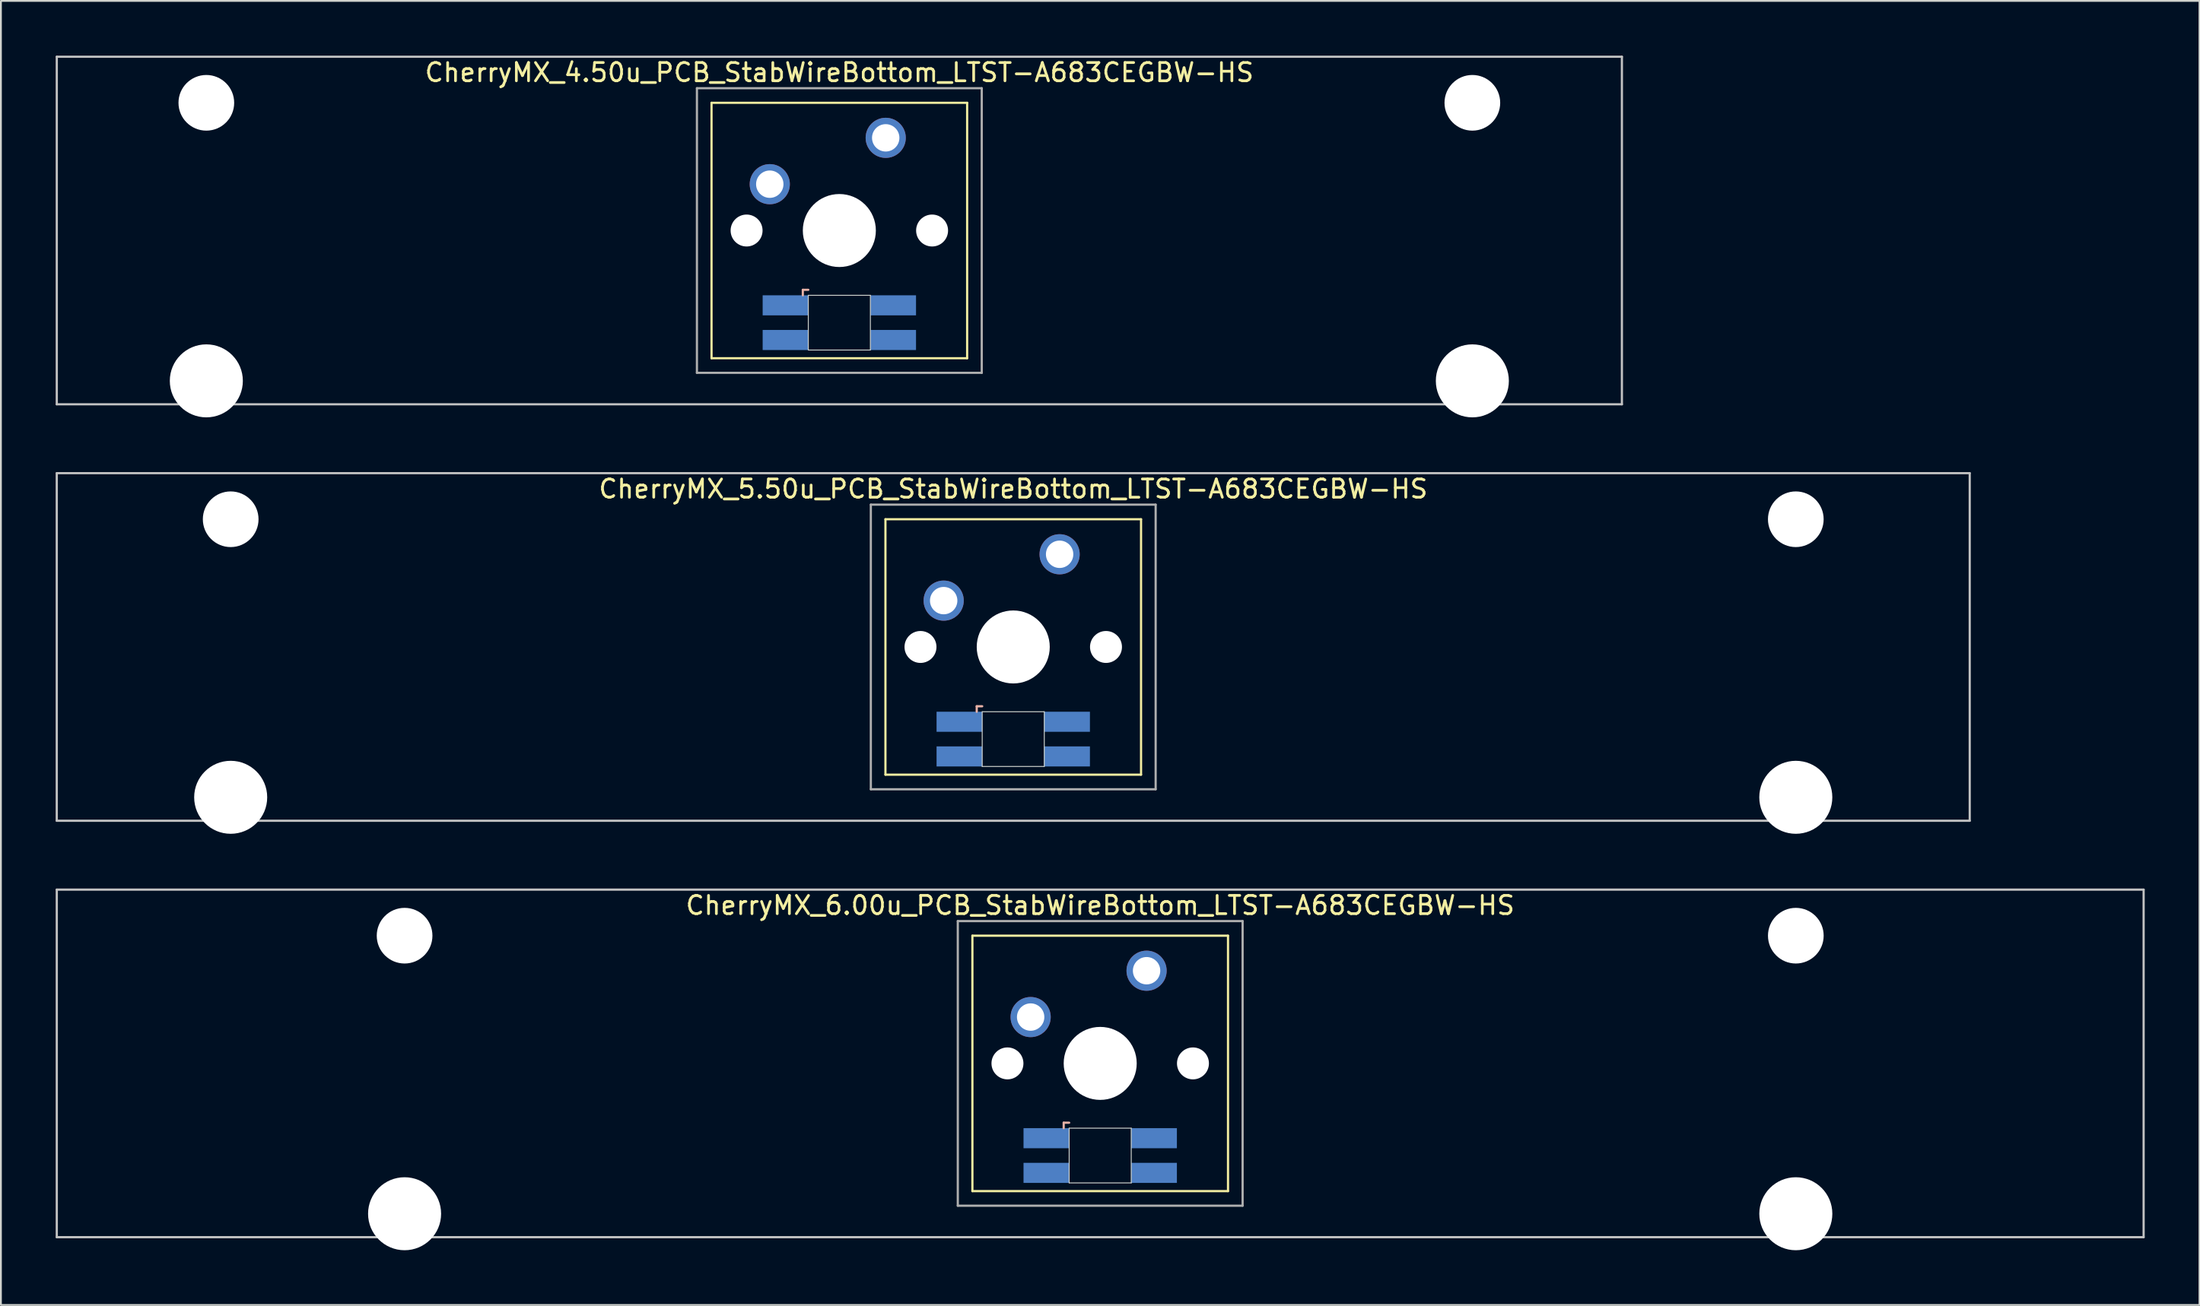
<source format=kicad_pcb>
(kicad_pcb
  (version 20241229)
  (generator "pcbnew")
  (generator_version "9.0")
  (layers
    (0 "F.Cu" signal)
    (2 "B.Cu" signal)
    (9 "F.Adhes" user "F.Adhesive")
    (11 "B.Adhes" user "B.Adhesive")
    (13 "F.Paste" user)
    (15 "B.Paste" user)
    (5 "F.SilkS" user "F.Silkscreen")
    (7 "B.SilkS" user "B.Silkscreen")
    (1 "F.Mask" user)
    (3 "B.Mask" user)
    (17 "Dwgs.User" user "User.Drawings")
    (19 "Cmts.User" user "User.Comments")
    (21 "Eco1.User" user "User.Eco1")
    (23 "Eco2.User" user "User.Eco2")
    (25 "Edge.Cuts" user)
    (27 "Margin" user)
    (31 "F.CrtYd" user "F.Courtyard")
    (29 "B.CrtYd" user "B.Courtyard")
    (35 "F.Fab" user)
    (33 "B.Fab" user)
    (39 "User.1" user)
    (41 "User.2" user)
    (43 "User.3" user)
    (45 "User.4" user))
  (footprint "CherryMX_4.50u_PCB_StabWireBottom_LTST-A683CEGBW-HS"
    (layer "F.Cu")
    (at 42.922 9.585)
    (property "Reference" "CherryMX_4.50u_PCB_StabWireBottom_LTST-A683CEGBW-HS" (at 0 -8.662 0) (layer "F.SilkS") (effects (font (size 1 1) (thickness 0.15))))
    (attr through_hole)
    (fp_line (start -7 -7) (end -7 7) (stroke (width 0.12) (type solid)) (layer "F.SilkS"))
    (fp_line (start -7 -7) (end 7 -7) (stroke (width 0.12) (type solid)) (layer "F.SilkS"))
    (fp_line (start 7 -7) (end 7 7) (stroke (width 0.12) (type solid)) (layer "F.SilkS"))
    (fp_line (start 7 7) (end -7 7) (stroke (width 0.12) (type solid)) (layer "F.SilkS"))
    (fp_line (start -2 3.25) (end -2 3.55) (stroke (width 0.12) (type solid)) (layer "B.SilkS"))
    (fp_line (start -1.7 3.25) (end -2 3.25) (stroke (width 0.12) (type solid)) (layer "B.SilkS"))
    (fp_line (start -42.862 -9.525) (end 42.862 -9.525) (stroke (width 0.12) (type solid)) (layer "Dwgs.User"))
    (fp_line (start -42.862 9.525) (end -42.862 -9.525) (stroke (width 0.12) (type solid)) (layer "Dwgs.User"))
    (fp_line (start 42.862 -9.525) (end 42.862 9.525) (stroke (width 0.12) (type solid)) (layer "Dwgs.User"))
    (fp_line (start 42.862 9.525) (end -42.862 9.525) (stroke (width 0.12) (type solid)) (layer "Dwgs.User"))
    (fp_line (start -1.7 3.55) (end 1.7 3.55) (stroke (width 0.05) (type solid)) (layer "Edge.Cuts"))
    (fp_line (start -1.7 6.55) (end -1.7 3.55) (stroke (width 0.05) (type solid)) (layer "Edge.Cuts"))
    (fp_line (start 1.7 3.55) (end 1.7 6.55) (stroke (width 0.05) (type solid)) (layer "Edge.Cuts"))
    (fp_line (start 1.7 6.55) (end -1.7 6.55) (stroke (width 0.05) (type solid)) (layer "Edge.Cuts"))
    (fp_line (start -7.8 -7.8) (end -7.8 7.8) (stroke (width 0.12) (type solid)) (layer "F.Fab"))
    (fp_line (start -7.8 -7.8) (end 7.8 -7.8) (stroke (width 0.12) (type solid)) (layer "F.Fab"))
    (fp_line (start -7.8 7.8) (end 7.8 7.8) (stroke (width 0.12) (type solid)) (layer "F.Fab"))
    (fp_line (start 7.8 -7.8) (end 7.8 7.8) (stroke (width 0.12) (type solid)) (layer "F.Fab"))
    (pad "" np_thru_hole circle (at -34.671 -7) (size 3.05 3.05) (drill 3.05) (layers "*.Cu" "*.Mask"))
    (pad "" np_thru_hole circle (at -34.671 8.24) (size 4 4) (drill 4) (layers "*.Cu" "*.Mask"))
    (pad "" np_thru_hole circle (at -5.08 0) (size 1.75 1.75) (drill 1.75) (layers "*.Cu" "*.Mask"))
    (pad "" np_thru_hole circle (at 0 0) (size 4 4) (drill 4) (layers "*.Cu" "*.Mask"))
    (pad "" np_thru_hole circle (at 5.08 0) (size 1.75 1.75) (drill 1.75) (layers "*.Cu" "*.Mask"))
    (pad "" np_thru_hole circle (at 34.671 -7) (size 3.05 3.05) (drill 3.05) (layers "*.Cu" "*.Mask"))
    (pad "" np_thru_hole circle (at 34.671 8.24) (size 4 4) (drill 4) (layers "*.Cu" "*.Mask"))
    (pad "1" thru_hole circle (at -3.81 -2.54) (size 2.2 2.2) (drill 1.5) (layers "*.Cu" "*.Mask"))
    (pad "2" thru_hole circle (at 2.54 -5.08) (size 2.2 2.2) (drill 1.5) (layers "*.Cu" "*.Mask"))
    (pad "3" smd rect (at -2.95 4.1) (size 2.5 1.1) (layers "B.Cu" "B.Mask" "B.Paste"))
    (pad "4" smd rect (at -2.95 6) (size 2.5 1.1) (layers "B.Cu" "B.Mask" "B.Paste"))
    (pad "5" smd rect (at 2.95 4.1) (size 2.5 1.1) (layers "B.Cu" "B.Mask" "B.Paste"))
    (pad "6" smd rect (at 2.95 6) (size 2.5 1.1) (layers "B.Cu" "B.Mask" "B.Paste")))
  (footprint "CherryMX_6.00u_PCB_StabWireBottom_LTST-A683CEGBW-HS"
    (layer "F.Cu")
    (at 57.21 55.235)
    (property "Reference" "CherryMX_6.00u_PCB_StabWireBottom_LTST-A683CEGBW-HS" (at 0 -8.662 0) (layer "F.SilkS") (effects (font (size 1 1) (thickness 0.15))))
    (attr through_hole)
    (fp_line (start -7 -7) (end -7 7) (stroke (width 0.12) (type solid)) (layer "F.SilkS"))
    (fp_line (start -7 -7) (end 7 -7) (stroke (width 0.12) (type solid)) (layer "F.SilkS"))
    (fp_line (start 7 -7) (end 7 7) (stroke (width 0.12) (type solid)) (layer "F.SilkS"))
    (fp_line (start 7 7) (end -7 7) (stroke (width 0.12) (type solid)) (layer "F.SilkS"))
    (fp_line (start -2 3.25) (end -2 3.55) (stroke (width 0.12) (type solid)) (layer "B.SilkS"))
    (fp_line (start -1.7 3.25) (end -2 3.25) (stroke (width 0.12) (type solid)) (layer "B.SilkS"))
    (fp_line (start -57.15 -9.525) (end 57.15 -9.525) (stroke (width 0.12) (type solid)) (layer "Dwgs.User"))
    (fp_line (start -57.15 9.525) (end -57.15 -9.525) (stroke (width 0.12) (type solid)) (layer "Dwgs.User"))
    (fp_line (start 57.15 -9.525) (end 57.15 9.525) (stroke (width 0.12) (type solid)) (layer "Dwgs.User"))
    (fp_line (start 57.15 9.525) (end -57.15 9.525) (stroke (width 0.12) (type solid)) (layer "Dwgs.User"))
    (fp_line (start -1.7 3.55) (end 1.7 3.55) (stroke (width 0.05) (type solid)) (layer "Edge.Cuts"))
    (fp_line (start -1.7 6.55) (end -1.7 3.55) (stroke (width 0.05) (type solid)) (layer "Edge.Cuts"))
    (fp_line (start 1.7 3.55) (end 1.7 6.55) (stroke (width 0.05) (type solid)) (layer "Edge.Cuts"))
    (fp_line (start 1.7 6.55) (end -1.7 6.55) (stroke (width 0.05) (type solid)) (layer "Edge.Cuts"))
    (fp_line (start -7.8 -7.8) (end -7.8 7.8) (stroke (width 0.12) (type solid)) (layer "F.Fab"))
    (fp_line (start -7.8 -7.8) (end 7.8 -7.8) (stroke (width 0.12) (type solid)) (layer "F.Fab"))
    (fp_line (start -7.8 7.8) (end 7.8 7.8) (stroke (width 0.12) (type solid)) (layer "F.Fab"))
    (fp_line (start 7.8 -7.8) (end 7.8 7.8) (stroke (width 0.12) (type solid)) (layer "F.Fab"))
    (pad "" np_thru_hole circle (at -38.1 -7) (size 3.05 3.05) (drill 3.05) (layers "*.Cu" "*.Mask"))
    (pad "" np_thru_hole circle (at -38.1 8.24) (size 4 4) (drill 4) (layers "*.Cu" "*.Mask"))
    (pad "" np_thru_hole circle (at -5.08 0) (size 1.75 1.75) (drill 1.75) (layers "*.Cu" "*.Mask"))
    (pad "" np_thru_hole circle (at 0 0) (size 4 4) (drill 4) (layers "*.Cu" "*.Mask"))
    (pad "" np_thru_hole circle (at 5.08 0) (size 1.75 1.75) (drill 1.75) (layers "*.Cu" "*.Mask"))
    (pad "" np_thru_hole circle (at 38.1 -7) (size 3.05 3.05) (drill 3.05) (layers "*.Cu" "*.Mask"))
    (pad "" np_thru_hole circle (at 38.1 8.24) (size 4 4) (drill 4) (layers "*.Cu" "*.Mask"))
    (pad "1" thru_hole circle (at -3.81 -2.54) (size 2.2 2.2) (drill 1.5) (layers "*.Cu" "*.Mask"))
    (pad "2" thru_hole circle (at 2.54 -5.08) (size 2.2 2.2) (drill 1.5) (layers "*.Cu" "*.Mask"))
    (pad "3" smd rect (at -2.95 4.1) (size 2.5 1.1) (layers "B.Cu" "B.Mask" "B.Paste"))
    (pad "4" smd rect (at -2.95 6) (size 2.5 1.1) (layers "B.Cu" "B.Mask" "B.Paste"))
    (pad "5" smd rect (at 2.95 4.1) (size 2.5 1.1) (layers "B.Cu" "B.Mask" "B.Paste"))
    (pad "6" smd rect (at 2.95 6) (size 2.5 1.1) (layers "B.Cu" "B.Mask" "B.Paste")))
  (footprint "CherryMX_5.50u_PCB_StabWireBottom_LTST-A683CEGBW-HS"
    (layer "F.Cu")
    (at 52.447 32.41)
    (property "Reference" "CherryMX_5.50u_PCB_StabWireBottom_LTST-A683CEGBW-HS" (at 0 -8.662 0) (layer "F.SilkS") (effects (font (size 1 1) (thickness 0.15))))
    (attr through_hole)
    (fp_line (start -7 -7) (end -7 7) (stroke (width 0.12) (type solid)) (layer "F.SilkS"))
    (fp_line (start -7 -7) (end 7 -7) (stroke (width 0.12) (type solid)) (layer "F.SilkS"))
    (fp_line (start 7 -7) (end 7 7) (stroke (width 0.12) (type solid)) (layer "F.SilkS"))
    (fp_line (start 7 7) (end -7 7) (stroke (width 0.12) (type solid)) (layer "F.SilkS"))
    (fp_line (start -2 3.25) (end -2 3.55) (stroke (width 0.12) (type solid)) (layer "B.SilkS"))
    (fp_line (start -1.7 3.25) (end -2 3.25) (stroke (width 0.12) (type solid)) (layer "B.SilkS"))
    (fp_line (start -52.388 -9.525) (end 52.388 -9.525) (stroke (width 0.12) (type solid)) (layer "Dwgs.User"))
    (fp_line (start -52.388 9.525) (end -52.388 -9.525) (stroke (width 0.12) (type solid)) (layer "Dwgs.User"))
    (fp_line (start 52.388 -9.525) (end 52.388 9.525) (stroke (width 0.12) (type solid)) (layer "Dwgs.User"))
    (fp_line (start 52.388 9.525) (end -52.388 9.525) (stroke (width 0.12) (type solid)) (layer "Dwgs.User"))
    (fp_line (start -1.7 3.55) (end 1.7 3.55) (stroke (width 0.05) (type solid)) (layer "Edge.Cuts"))
    (fp_line (start -1.7 6.55) (end -1.7 3.55) (stroke (width 0.05) (type solid)) (layer "Edge.Cuts"))
    (fp_line (start 1.7 3.55) (end 1.7 6.55) (stroke (width 0.05) (type solid)) (layer "Edge.Cuts"))
    (fp_line (start 1.7 6.55) (end -1.7 6.55) (stroke (width 0.05) (type solid)) (layer "Edge.Cuts"))
    (fp_line (start -7.8 -7.8) (end -7.8 7.8) (stroke (width 0.12) (type solid)) (layer "F.Fab"))
    (fp_line (start -7.8 -7.8) (end 7.8 -7.8) (stroke (width 0.12) (type solid)) (layer "F.Fab"))
    (fp_line (start -7.8 7.8) (end 7.8 7.8) (stroke (width 0.12) (type solid)) (layer "F.Fab"))
    (fp_line (start 7.8 -7.8) (end 7.8 7.8) (stroke (width 0.12) (type solid)) (layer "F.Fab"))
    (pad "" np_thru_hole circle (at -42.862 -7) (size 3.05 3.05) (drill 3.05) (layers "*.Cu" "*.Mask"))
    (pad "" np_thru_hole circle (at -42.862 8.24) (size 4 4) (drill 4) (layers "*.Cu" "*.Mask"))
    (pad "" np_thru_hole circle (at -5.08 0) (size 1.75 1.75) (drill 1.75) (layers "*.Cu" "*.Mask"))
    (pad "" np_thru_hole circle (at 0 0) (size 4 4) (drill 4) (layers "*.Cu" "*.Mask"))
    (pad "" np_thru_hole circle (at 5.08 0) (size 1.75 1.75) (drill 1.75) (layers "*.Cu" "*.Mask"))
    (pad "" np_thru_hole circle (at 42.862 -7) (size 3.05 3.05) (drill 3.05) (layers "*.Cu" "*.Mask"))
    (pad "" np_thru_hole circle (at 42.862 8.24) (size 4 4) (drill 4) (layers "*.Cu" "*.Mask"))
    (pad "1" thru_hole circle (at -3.81 -2.54) (size 2.2 2.2) (drill 1.5) (layers "*.Cu" "*.Mask"))
    (pad "2" thru_hole circle (at 2.54 -5.08) (size 2.2 2.2) (drill 1.5) (layers "*.Cu" "*.Mask"))
    (pad "3" smd rect (at -2.95 4.1) (size 2.5 1.1) (layers "B.Cu" "B.Mask" "B.Paste"))
    (pad "4" smd rect (at -2.95 6) (size 2.5 1.1) (layers "B.Cu" "B.Mask" "B.Paste"))
    (pad "5" smd rect (at 2.95 4.1) (size 2.5 1.1) (layers "B.Cu" "B.Mask" "B.Paste"))
    (pad "6" smd rect (at 2.95 6) (size 2.5 1.1) (layers "B.Cu" "B.Mask" "B.Paste")))
  (gr_rect
    (start -3 -3)
    (end 117.42 68.475)
    (stroke (width 0.1) (type default))
    (fill no)
    (layer "Edge.Cuts")))
</source>
